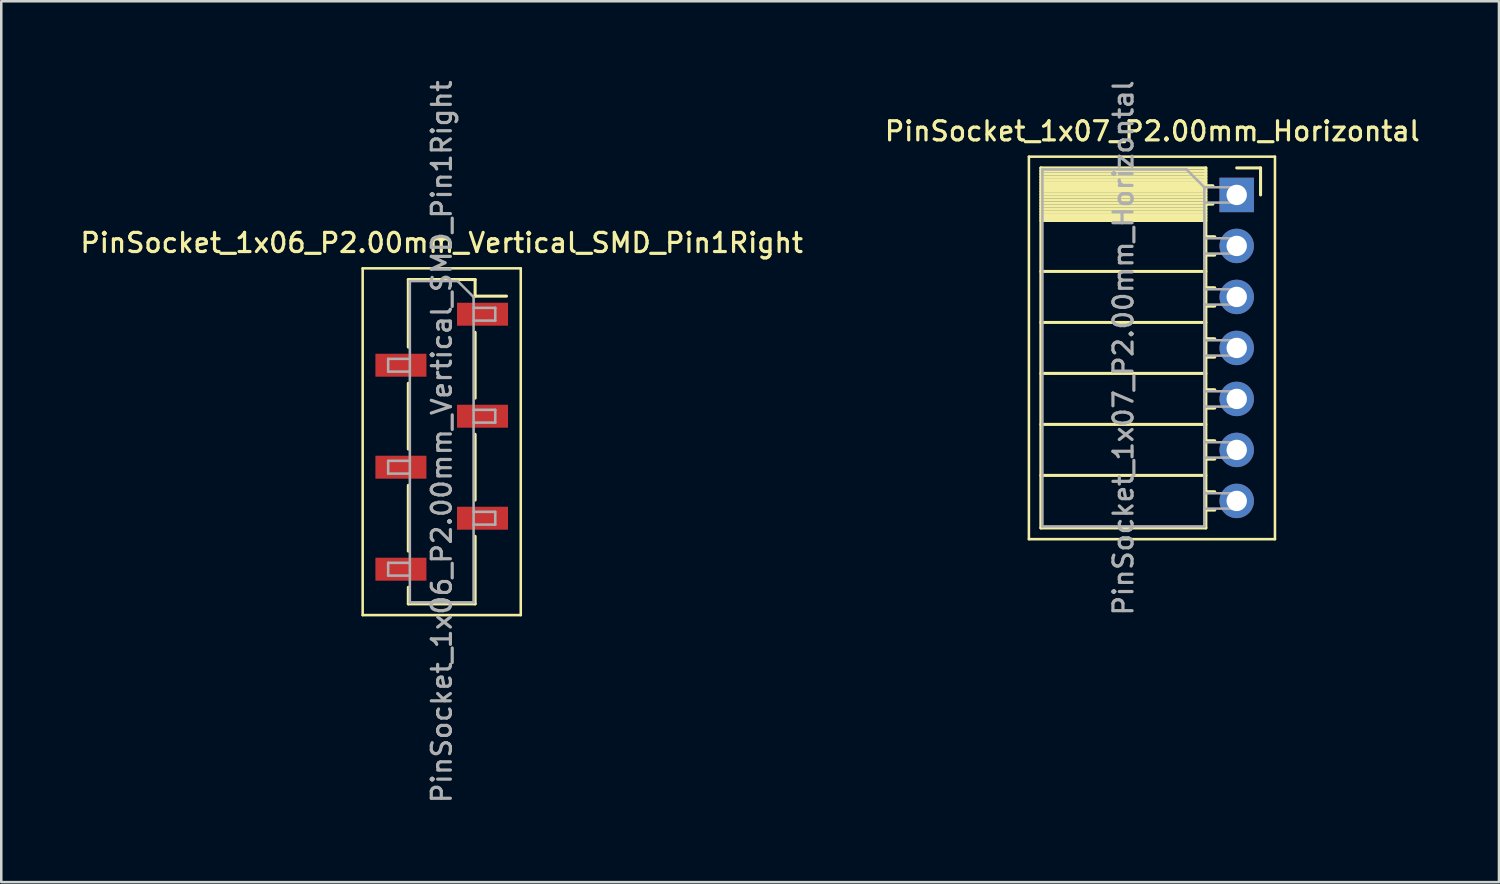
<source format=kicad_pcb>
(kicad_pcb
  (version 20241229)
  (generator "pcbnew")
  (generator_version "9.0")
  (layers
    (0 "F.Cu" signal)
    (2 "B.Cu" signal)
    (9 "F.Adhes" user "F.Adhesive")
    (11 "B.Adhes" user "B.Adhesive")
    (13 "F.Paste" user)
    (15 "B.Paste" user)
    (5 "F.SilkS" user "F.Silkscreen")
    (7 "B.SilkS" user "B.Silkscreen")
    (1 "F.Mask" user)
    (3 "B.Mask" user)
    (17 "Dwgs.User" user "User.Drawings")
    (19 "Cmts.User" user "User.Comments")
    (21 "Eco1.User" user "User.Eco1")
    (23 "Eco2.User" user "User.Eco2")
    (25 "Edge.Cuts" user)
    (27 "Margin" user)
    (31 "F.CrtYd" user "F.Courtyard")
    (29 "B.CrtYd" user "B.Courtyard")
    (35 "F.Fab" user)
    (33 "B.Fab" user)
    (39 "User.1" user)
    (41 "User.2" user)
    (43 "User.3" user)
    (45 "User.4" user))
  (footprint "PinSocket_1x07_P2.00mm_Horizontal"
    (layer "F.Cu")
    (at 45.451 4.595)
    (property "Reference" "PinSocket_1x07_P2.00mm_Horizontal" (at -3.31 -2.5 0) (layer "F.SilkS") (effects (font (size 0.75 0.75) (thickness 0.125))))
    (attr through_hole)
    (fp_line (start -8.15 -1.5) (end -8.15 13.5) (stroke (width 0.1) (type solid)) (layer "F.SilkS"))
    (fp_line (start -8.15 13.5) (end 1.5 13.5) (stroke (width 0.1) (type solid)) (layer "F.SilkS"))
    (fp_line (start -7.68 -1.06) (end -7.68 13.06) (stroke (width 0.12) (type solid)) (layer "F.SilkS"))
    (fp_line (start -7.68 -1.06) (end -1.21 -1.06) (stroke (width 0.12) (type solid)) (layer "F.SilkS"))
    (fp_line (start -7.68 -0.94) (end -1.21 -0.94) (stroke (width 0.12) (type solid)) (layer "F.SilkS"))
    (fp_line (start -7.68 -0.826) (end -1.21 -0.826) (stroke (width 0.12) (type solid)) (layer "F.SilkS"))
    (fp_line (start -7.68 -0.712) (end -1.21 -0.712) (stroke (width 0.12) (type solid)) (layer "F.SilkS"))
    (fp_line (start -7.68 -0.598) (end -1.21 -0.598) (stroke (width 0.12) (type solid)) (layer "F.SilkS"))
    (fp_line (start -7.68 -0.484) (end -1.21 -0.484) (stroke (width 0.12) (type solid)) (layer "F.SilkS"))
    (fp_line (start -7.68 -0.369) (end -1.21 -0.369) (stroke (width 0.12) (type solid)) (layer "F.SilkS"))
    (fp_line (start -7.68 -0.255) (end -1.21 -0.255) (stroke (width 0.12) (type solid)) (layer "F.SilkS"))
    (fp_line (start -7.68 -0.141) (end -1.21 -0.141) (stroke (width 0.12) (type solid)) (layer "F.SilkS"))
    (fp_line (start -7.68 -0.027) (end -1.21 -0.027) (stroke (width 0.12) (type solid)) (layer "F.SilkS"))
    (fp_line (start -7.68 0.087) (end -1.21 0.087) (stroke (width 0.12) (type solid)) (layer "F.SilkS"))
    (fp_line (start -7.68 0.201) (end -1.21 0.201) (stroke (width 0.12) (type solid)) (layer "F.SilkS"))
    (fp_line (start -7.68 0.315) (end -1.21 0.315) (stroke (width 0.12) (type solid)) (layer "F.SilkS"))
    (fp_line (start -7.68 0.429) (end -1.21 0.429) (stroke (width 0.12) (type solid)) (layer "F.SilkS"))
    (fp_line (start -7.68 0.544) (end -1.21 0.544) (stroke (width 0.12) (type solid)) (layer "F.SilkS"))
    (fp_line (start -7.68 0.658) (end -1.21 0.658) (stroke (width 0.12) (type solid)) (layer "F.SilkS"))
    (fp_line (start -7.68 0.772) (end -1.21 0.772) (stroke (width 0.12) (type solid)) (layer "F.SilkS"))
    (fp_line (start -7.68 0.886) (end -1.21 0.886) (stroke (width 0.12) (type solid)) (layer "F.SilkS"))
    (fp_line (start -7.68 1) (end -1.21 1) (stroke (width 0.12) (type solid)) (layer "F.SilkS"))
    (fp_line (start -7.68 3) (end -1.21 3) (stroke (width 0.12) (type solid)) (layer "F.SilkS"))
    (fp_line (start -7.68 5) (end -1.21 5) (stroke (width 0.12) (type solid)) (layer "F.SilkS"))
    (fp_line (start -7.68 7) (end -1.21 7) (stroke (width 0.12) (type solid)) (layer "F.SilkS"))
    (fp_line (start -7.68 9) (end -1.21 9) (stroke (width 0.12) (type solid)) (layer "F.SilkS"))
    (fp_line (start -7.68 11) (end -1.21 11) (stroke (width 0.12) (type solid)) (layer "F.SilkS"))
    (fp_line (start -7.68 13.06) (end -1.21 13.06) (stroke (width 0.12) (type solid)) (layer "F.SilkS"))
    (fp_line (start -1.21 -1.06) (end -1.21 13.06) (stroke (width 0.12) (type solid)) (layer "F.SilkS"))
    (fp_line (start -1.21 -0.36) (end -0.935 -0.36) (stroke (width 0.12) (type solid)) (layer "F.SilkS"))
    (fp_line (start -1.21 0.36) (end -0.935 0.36) (stroke (width 0.12) (type solid)) (layer "F.SilkS"))
    (fp_line (start -1.21 1.64) (end -0.863 1.64) (stroke (width 0.12) (type solid)) (layer "F.SilkS"))
    (fp_line (start -1.21 2.36) (end -0.863 2.36) (stroke (width 0.12) (type solid)) (layer "F.SilkS"))
    (fp_line (start -1.21 3.64) (end -0.863 3.64) (stroke (width 0.12) (type solid)) (layer "F.SilkS"))
    (fp_line (start -1.21 4.36) (end -0.863 4.36) (stroke (width 0.12) (type solid)) (layer "F.SilkS"))
    (fp_line (start -1.21 5.64) (end -0.863 5.64) (stroke (width 0.12) (type solid)) (layer "F.SilkS"))
    (fp_line (start -1.21 6.36) (end -0.863 6.36) (stroke (width 0.12) (type solid)) (layer "F.SilkS"))
    (fp_line (start -1.21 7.64) (end -0.863 7.64) (stroke (width 0.12) (type solid)) (layer "F.SilkS"))
    (fp_line (start -1.21 8.36) (end -0.863 8.36) (stroke (width 0.12) (type solid)) (layer "F.SilkS"))
    (fp_line (start -1.21 9.64) (end -0.863 9.64) (stroke (width 0.12) (type solid)) (layer "F.SilkS"))
    (fp_line (start -1.21 10.36) (end -0.863 10.36) (stroke (width 0.12) (type solid)) (layer "F.SilkS"))
    (fp_line (start -1.21 11.64) (end -0.863 11.64) (stroke (width 0.12) (type solid)) (layer "F.SilkS"))
    (fp_line (start -1.21 12.36) (end -0.863 12.36) (stroke (width 0.12) (type solid)) (layer "F.SilkS"))
    (fp_line (start 0 -1.06) (end 0.935 -1.06) (stroke (width 0.12) (type solid)) (layer "F.SilkS"))
    (fp_line (start 0.935 -1.06) (end 0.935 0) (stroke (width 0.12) (type solid)) (layer "F.SilkS"))
    (fp_line (start 1.5 -1.5) (end -8.15 -1.5) (stroke (width 0.1) (type solid)) (layer "F.SilkS"))
    (fp_line (start 1.5 13.5) (end 1.5 -1.5) (stroke (width 0.1) (type solid)) (layer "F.SilkS"))
    (fp_line (start -7.62 -1) (end -1.97 -1) (stroke (width 0.1) (type solid)) (layer "F.Fab"))
    (fp_line (start -7.62 13) (end -7.62 -1) (stroke (width 0.1) (type solid)) (layer "F.Fab"))
    (fp_line (start -1.97 -1) (end -1.27 -0.3) (stroke (width 0.1) (type solid)) (layer "F.Fab"))
    (fp_line (start -1.27 -0.3) (end -1.27 13) (stroke (width 0.1) (type solid)) (layer "F.Fab"))
    (fp_line (start -1.27 0.3) (end 0 0.3) (stroke (width 0.1) (type solid)) (layer "F.Fab"))
    (fp_line (start -1.27 2.3) (end 0 2.3) (stroke (width 0.1) (type solid)) (layer "F.Fab"))
    (fp_line (start -1.27 4.3) (end 0 4.3) (stroke (width 0.1) (type solid)) (layer "F.Fab"))
    (fp_line (start -1.27 6.3) (end 0 6.3) (stroke (width 0.1) (type solid)) (layer "F.Fab"))
    (fp_line (start -1.27 8.3) (end 0 8.3) (stroke (width 0.1) (type solid)) (layer "F.Fab"))
    (fp_line (start -1.27 10.3) (end 0 10.3) (stroke (width 0.1) (type solid)) (layer "F.Fab"))
    (fp_line (start -1.27 12.3) (end 0 12.3) (stroke (width 0.1) (type solid)) (layer "F.Fab"))
    (fp_line (start -1.27 13) (end -7.62 13) (stroke (width 0.1) (type solid)) (layer "F.Fab"))
    (fp_line (start 0 -0.3) (end -1.27 -0.3) (stroke (width 0.1) (type solid)) (layer "F.Fab"))
    (fp_line (start 0 0.3) (end 0 -0.3) (stroke (width 0.1) (type solid)) (layer "F.Fab"))
    (fp_line (start 0 1.7) (end -1.27 1.7) (stroke (width 0.1) (type solid)) (layer "F.Fab"))
    (fp_line (start 0 2.3) (end 0 1.7) (stroke (width 0.1) (type solid)) (layer "F.Fab"))
    (fp_line (start 0 3.7) (end -1.27 3.7) (stroke (width 0.1) (type solid)) (layer "F.Fab"))
    (fp_line (start 0 4.3) (end 0 3.7) (stroke (width 0.1) (type solid)) (layer "F.Fab"))
    (fp_line (start 0 5.7) (end -1.27 5.7) (stroke (width 0.1) (type solid)) (layer "F.Fab"))
    (fp_line (start 0 6.3) (end 0 5.7) (stroke (width 0.1) (type solid)) (layer "F.Fab"))
    (fp_line (start 0 7.7) (end -1.27 7.7) (stroke (width 0.1) (type solid)) (layer "F.Fab"))
    (fp_line (start 0 8.3) (end 0 7.7) (stroke (width 0.1) (type solid)) (layer "F.Fab"))
    (fp_line (start 0 9.7) (end -1.27 9.7) (stroke (width 0.1) (type solid)) (layer "F.Fab"))
    (fp_line (start 0 10.3) (end 0 9.7) (stroke (width 0.1) (type solid)) (layer "F.Fab"))
    (fp_line (start 0 11.7) (end -1.27 11.7) (stroke (width 0.1) (type solid)) (layer "F.Fab"))
    (fp_line (start 0 12.3) (end 0 11.7) (stroke (width 0.1) (type solid)) (layer "F.Fab"))
    (fp_text user "${REFERENCE}" (at -4.445 6 90) (layer "F.Fab") (effects (font (size 0.75 0.75) (thickness 0.125))))
    (pad "1" thru_hole rect (at 0 0) (size 1.35 1.35) (drill 0.8) (layers "*.Cu" "*.Mask"))
    (pad "2" thru_hole oval (at 0 2) (size 1.35 1.35) (drill 0.8) (layers "*.Cu" "*.Mask"))
    (pad "3" thru_hole oval (at 0 4) (size 1.35 1.35) (drill 0.8) (layers "*.Cu" "*.Mask"))
    (pad "4" thru_hole oval (at 0 6) (size 1.35 1.35) (drill 0.8) (layers "*.Cu" "*.Mask"))
    (pad "5" thru_hole oval (at 0 8) (size 1.35 1.35) (drill 0.8) (layers "*.Cu" "*.Mask"))
    (pad "6" thru_hole oval (at 0 10) (size 1.35 1.35) (drill 0.8) (layers "*.Cu" "*.Mask"))
    (pad "7" thru_hole oval (at 0 12) (size 1.35 1.35) (drill 0.8) (layers "*.Cu" "*.Mask")))
  (footprint "PinSocket_1x06_P2.00mm_Vertical_SMD_Pin1Right"
    (layer "F.Cu")
    (at 14.273 14.273)
    (property "Reference" "PinSocket_1x06_P2.00mm_Vertical_SMD_Pin1Right" (at 0 -7.8 0) (layer "F.SilkS") (effects (font (size 0.75 0.75) (thickness 0.125))))
    (attr smd)
    (fp_line (start -3.1 -6.8) (end 3.1 -6.8) (stroke (width 0.1) (type solid)) (layer "F.SilkS"))
    (fp_line (start -3.1 6.8) (end -3.1 -6.8) (stroke (width 0.1) (type solid)) (layer "F.SilkS"))
    (fp_line (start -1.31 -6.36) (end -1.31 -3.71) (stroke (width 0.12) (type solid)) (layer "F.SilkS"))
    (fp_line (start -1.31 -6.36) (end 1.31 -6.36) (stroke (width 0.12) (type solid)) (layer "F.SilkS"))
    (fp_line (start -1.31 -2.29) (end -1.31 0.29) (stroke (width 0.12) (type solid)) (layer "F.SilkS"))
    (fp_line (start -1.31 1.71) (end -1.31 4.29) (stroke (width 0.12) (type solid)) (layer "F.SilkS"))
    (fp_line (start -1.31 5.71) (end -1.31 6.36) (stroke (width 0.12) (type solid)) (layer "F.SilkS"))
    (fp_line (start -1.31 6.36) (end 1.31 6.36) (stroke (width 0.12) (type solid)) (layer "F.SilkS"))
    (fp_line (start 1.31 -6.36) (end 1.31 -5.71) (stroke (width 0.12) (type solid)) (layer "F.SilkS"))
    (fp_line (start 1.31 -5.71) (end 2.54 -5.71) (stroke (width 0.12) (type solid)) (layer "F.SilkS"))
    (fp_line (start 1.31 -4.29) (end 1.31 -1.71) (stroke (width 0.12) (type solid)) (layer "F.SilkS"))
    (fp_line (start 1.31 -0.29) (end 1.31 2.29) (stroke (width 0.12) (type solid)) (layer "F.SilkS"))
    (fp_line (start 1.31 3.71) (end 1.31 6.36) (stroke (width 0.12) (type solid)) (layer "F.SilkS"))
    (fp_line (start 3.1 -6.8) (end 3.1 6.8) (stroke (width 0.1) (type solid)) (layer "F.SilkS"))
    (fp_line (start 3.1 6.8) (end -3.1 6.8) (stroke (width 0.1) (type solid)) (layer "F.SilkS"))
    (fp_line (start -2.1 -3.25) (end -1.25 -3.25) (stroke (width 0.1) (type solid)) (layer "F.Fab"))
    (fp_line (start -2.1 -2.75) (end -2.1 -3.25) (stroke (width 0.1) (type solid)) (layer "F.Fab"))
    (fp_line (start -2.1 0.75) (end -1.25 0.75) (stroke (width 0.1) (type solid)) (layer "F.Fab"))
    (fp_line (start -2.1 1.25) (end -2.1 0.75) (stroke (width 0.1) (type solid)) (layer "F.Fab"))
    (fp_line (start -2.1 4.75) (end -1.25 4.75) (stroke (width 0.1) (type solid)) (layer "F.Fab"))
    (fp_line (start -2.1 5.25) (end -2.1 4.75) (stroke (width 0.1) (type solid)) (layer "F.Fab"))
    (fp_line (start -1.25 -6.3) (end 0.625 -6.3) (stroke (width 0.1) (type solid)) (layer "F.Fab"))
    (fp_line (start -1.25 -2.75) (end -2.1 -2.75) (stroke (width 0.1) (type solid)) (layer "F.Fab"))
    (fp_line (start -1.25 1.25) (end -2.1 1.25) (stroke (width 0.1) (type solid)) (layer "F.Fab"))
    (fp_line (start -1.25 5.25) (end -2.1 5.25) (stroke (width 0.1) (type solid)) (layer "F.Fab"))
    (fp_line (start -1.25 6.3) (end -1.25 -6.3) (stroke (width 0.1) (type solid)) (layer "F.Fab"))
    (fp_line (start 0.625 -6.3) (end 1.25 -5.675) (stroke (width 0.1) (type solid)) (layer "F.Fab"))
    (fp_line (start 1.25 -5.675) (end 1.25 6.3) (stroke (width 0.1) (type solid)) (layer "F.Fab"))
    (fp_line (start 1.25 -5.25) (end 2.1 -5.25) (stroke (width 0.1) (type solid)) (layer "F.Fab"))
    (fp_line (start 1.25 -1.25) (end 2.1 -1.25) (stroke (width 0.1) (type solid)) (layer "F.Fab"))
    (fp_line (start 1.25 2.75) (end 2.1 2.75) (stroke (width 0.1) (type solid)) (layer "F.Fab"))
    (fp_line (start 1.25 6.3) (end -1.25 6.3) (stroke (width 0.1) (type solid)) (layer "F.Fab"))
    (fp_line (start 2.1 -5.25) (end 2.1 -4.75) (stroke (width 0.1) (type solid)) (layer "F.Fab"))
    (fp_line (start 2.1 -4.75) (end 1.25 -4.75) (stroke (width 0.1) (type solid)) (layer "F.Fab"))
    (fp_line (start 2.1 -1.25) (end 2.1 -0.75) (stroke (width 0.1) (type solid)) (layer "F.Fab"))
    (fp_line (start 2.1 -0.75) (end 1.25 -0.75) (stroke (width 0.1) (type solid)) (layer "F.Fab"))
    (fp_line (start 2.1 2.75) (end 2.1 3.25) (stroke (width 0.1) (type solid)) (layer "F.Fab"))
    (fp_line (start 2.1 3.25) (end 1.25 3.25) (stroke (width 0.1) (type solid)) (layer "F.Fab"))
    (fp_text user "${REFERENCE}" (at 0 0 90) (layer "F.Fab") (effects (font (size 0.75 0.75) (thickness 0.125))))
    (pad "1" smd rect (at 1.6 -5) (size 2 0.9) (layers "F.Cu" "F.Mask" "F.Paste"))
    (pad "2" smd rect (at -1.6 -3) (size 2 0.9) (layers "F.Cu" "F.Mask" "F.Paste"))
    (pad "3" smd rect (at 1.6 -1) (size 2 0.9) (layers "F.Cu" "F.Mask" "F.Paste"))
    (pad "4" smd rect (at -1.6 1) (size 2 0.9) (layers "F.Cu" "F.Mask" "F.Paste"))
    (pad "5" smd rect (at 1.6 3) (size 2 0.9) (layers "F.Cu" "F.Mask" "F.Paste"))
    (pad "6" smd rect (at -1.6 5) (size 2 0.9) (layers "F.Cu" "F.Mask" "F.Paste")))
  (gr_rect
    (start -3 -3)
    (end 55.736 31.546)
    (stroke (width 0.1) (type default))
    (fill no)
    (layer "Edge.Cuts")))
</source>
